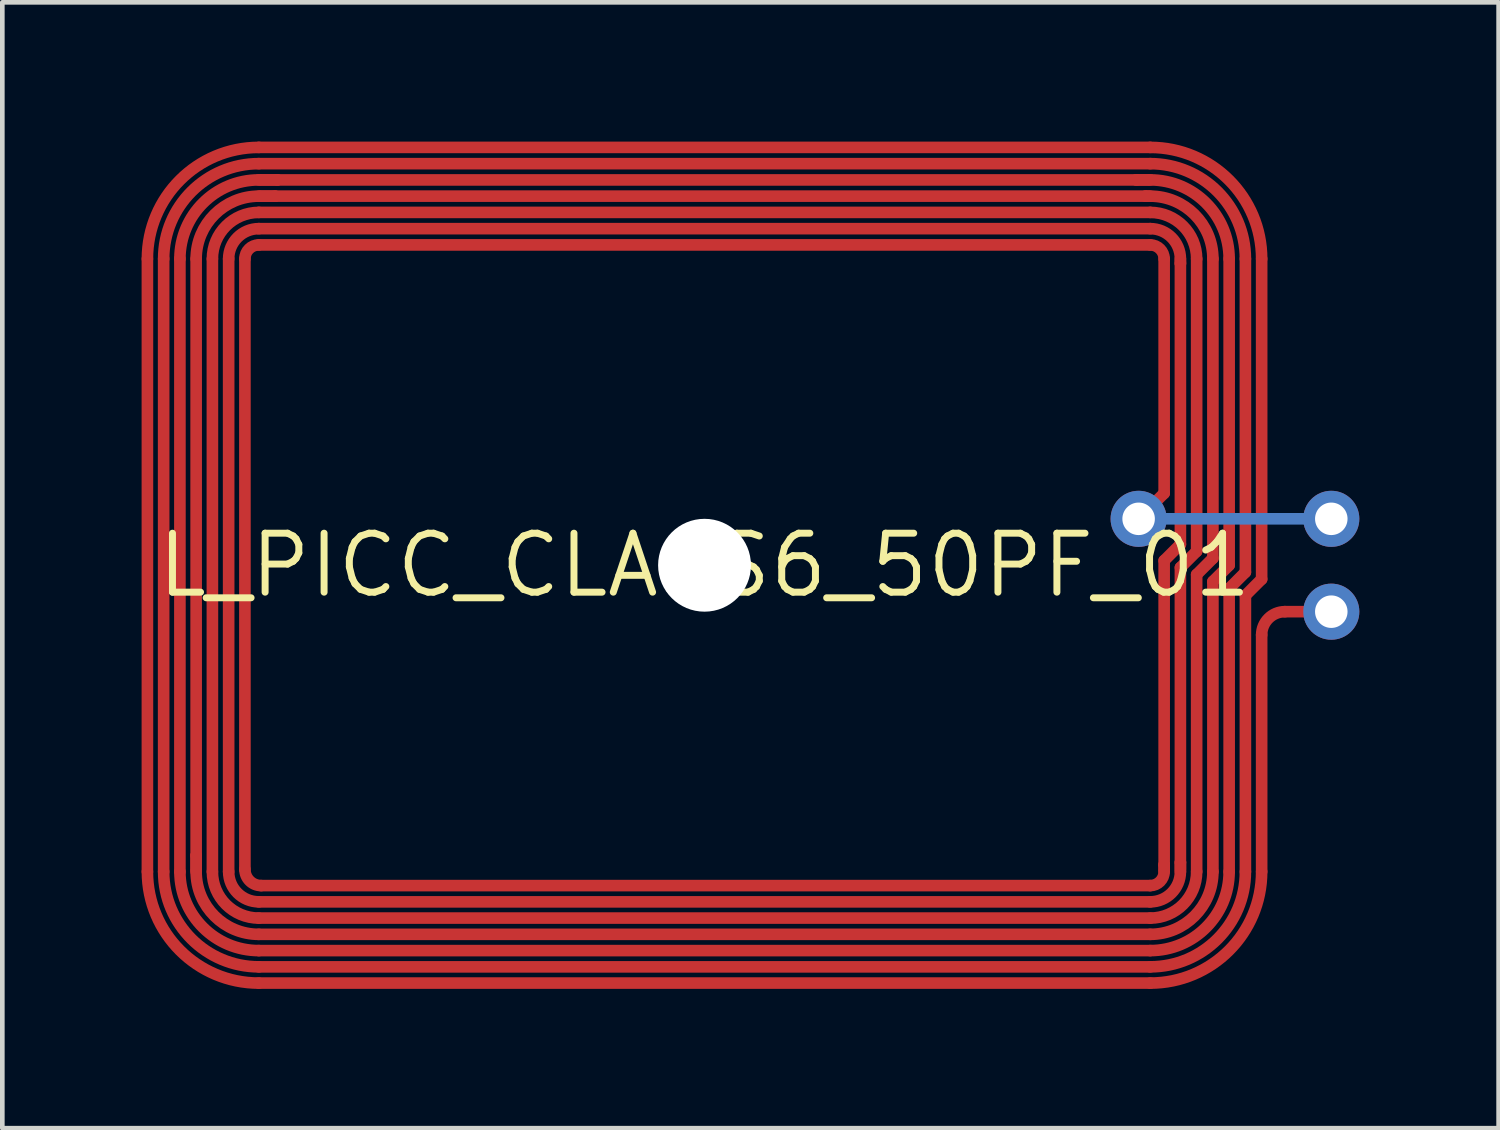
<source format=kicad_pcb>
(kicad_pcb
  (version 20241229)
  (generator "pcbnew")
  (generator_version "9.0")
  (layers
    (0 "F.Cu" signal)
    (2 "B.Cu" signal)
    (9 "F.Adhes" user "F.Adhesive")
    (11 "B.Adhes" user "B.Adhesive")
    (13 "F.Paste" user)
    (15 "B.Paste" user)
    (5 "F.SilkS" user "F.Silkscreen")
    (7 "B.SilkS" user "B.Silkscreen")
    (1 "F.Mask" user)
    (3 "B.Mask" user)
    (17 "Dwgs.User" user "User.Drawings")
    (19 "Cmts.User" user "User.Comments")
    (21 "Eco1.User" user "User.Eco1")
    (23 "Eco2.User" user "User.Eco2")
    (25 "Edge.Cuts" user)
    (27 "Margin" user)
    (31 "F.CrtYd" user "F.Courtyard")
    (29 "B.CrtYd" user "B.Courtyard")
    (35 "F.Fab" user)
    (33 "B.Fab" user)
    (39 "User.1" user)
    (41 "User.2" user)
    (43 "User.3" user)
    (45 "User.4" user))
  (footprint "L_PICC_CLASS6_50PF_01"
    (layer "F.Cu")
    (at 12.125 9.125)
    (property "Reference" "L_PICC_CLASS6_50PF_01" (at 0 0 0) (layer "F.SilkS") (effects (font (size 1.27 1.27) (thickness 0.15))))
    (fp_line (start -12 -6.6) (end -12 6.6) (stroke (width 0.25) (type solid)) (layer "F.Cu"))
    (fp_line (start -11.65 -6.6) (end -11.65 6.6) (stroke (width 0.25) (type solid)) (layer "F.Cu"))
    (fp_line (start -11.3 -6.6) (end -11.3 6.6) (stroke (width 0.25) (type solid)) (layer "F.Cu"))
    (fp_line (start -10.95 -6.6) (end -10.95 6.25) (stroke (width 0.25) (type solid)) (layer "F.Cu"))
    (fp_line (start -10.95 6.25) (end -10.95 6.55) (stroke (width 0.25) (type solid)) (layer "F.Cu"))
    (fp_line (start -10.95 6.6) (end -10.95 6.25) (stroke (width 0.25) (type solid)) (layer "F.Cu"))
    (fp_line (start -10.6 -6.6) (end -10.6 6.6) (stroke (width 0.25) (type solid)) (layer "F.Cu"))
    (fp_line (start -10.25 -6.6) (end -10.25 6.6) (stroke (width 0.25) (type solid)) (layer "F.Cu"))
    (fp_line (start -9.9 -6.6) (end -9.9 6.55) (stroke (width 0.25) (type solid)) (layer "F.Cu"))
    (fp_line (start -9.6 -9) (end 9.6 -9) (stroke (width 0.25) (type solid)) (layer "F.Cu"))
    (fp_line (start -9.6 -8.65) (end 9.6 -8.65) (stroke (width 0.25) (type solid)) (layer "F.Cu"))
    (fp_line (start -9.6 -8.3) (end -9.2 -8.3) (stroke (width 0.25) (type solid)) (layer "F.Cu"))
    (fp_line (start -9.6 -7.95) (end -9.25 -7.95) (stroke (width 0.25) (type solid)) (layer "F.Cu"))
    (fp_line (start -9.6 -7.6) (end 9.6 -7.6) (stroke (width 0.25) (type solid)) (layer "F.Cu"))
    (fp_line (start -9.6 -7.25) (end 9.6 -7.25) (stroke (width 0.25) (type solid)) (layer "F.Cu"))
    (fp_line (start -9.6 -6.9) (end 9.6 -6.9) (stroke (width 0.25) (type solid)) (layer "F.Cu"))
    (fp_line (start -9.6 7.25) (end 9.6 7.25) (stroke (width 0.25) (type solid)) (layer "F.Cu"))
    (fp_line (start -9.6 7.6) (end 9.6 7.6) (stroke (width 0.25) (type solid)) (layer "F.Cu"))
    (fp_line (start -9.6 7.95) (end 9.6 7.95) (stroke (width 0.25) (type solid)) (layer "F.Cu"))
    (fp_line (start -9.6 8.3) (end 9.6 8.3) (stroke (width 0.25) (type solid)) (layer "F.Cu"))
    (fp_line (start -9.6 8.65) (end 9.6 8.65) (stroke (width 0.25) (type solid)) (layer "F.Cu"))
    (fp_line (start -9.6 9) (end 9.6 9) (stroke (width 0.25) (type solid)) (layer "F.Cu"))
    (fp_line (start -9.55 -8.3) (end -9.2 -8.3) (stroke (width 0.25) (type solid)) (layer "F.Cu"))
    (fp_line (start -9.55 -7.95) (end -9.25 -7.95) (stroke (width 0.25) (type solid)) (layer "F.Cu"))
    (fp_line (start -9.55 6.9) (end 9.6 6.9) (stroke (width 0.25) (type solid)) (layer "F.Cu"))
    (fp_line (start -9.25 -7.95) (end 9.5 -7.95) (stroke (width 0.25) (type solid)) (layer "F.Cu"))
    (fp_line (start -9.2 -8.3) (end 9.3 -8.3) (stroke (width 0.25) (type solid)) (layer "F.Cu"))
    (fp_line (start 9.3 -8.3) (end 9.55 -8.3) (stroke (width 0.25) (type solid)) (layer "F.Cu"))
    (fp_line (start 9.5 -7.95) (end 9.55 -7.95) (stroke (width 0.25) (type solid)) (layer "F.Cu"))
    (fp_line (start 9.6 -8.3) (end 9.3 -8.3) (stroke (width 0.25) (type solid)) (layer "F.Cu"))
    (fp_line (start 9.6 -7.95) (end 9.5 -7.95) (stroke (width 0.25) (type solid)) (layer "F.Cu"))
    (fp_line (start 9.9 -6.6) (end 9.9 -1.55) (stroke (width 0.25) (type solid)) (layer "F.Cu"))
    (fp_line (start 9.9 -1.55) (end 9.35 -1) (stroke (width 0.25) (type solid)) (layer "F.Cu"))
    (fp_line (start 9.9 -0.1) (end 9.9 6.45) (stroke (width 0.25) (type solid)) (layer "F.Cu"))
    (fp_line (start 9.9 -0.1) (end 10.25 -0.45) (stroke (width 0.25) (type solid)) (layer "F.Cu"))
    (fp_line (start 9.9 6.45) (end 9.9 6.55) (stroke (width 0.25) (type solid)) (layer "F.Cu"))
    (fp_line (start 9.9 6.6) (end 9.9 6.45) (stroke (width 0.25) (type solid)) (layer "F.Cu"))
    (fp_line (start 10.25 -6.6) (end 10.25 -6.5) (stroke (width 0.25) (type solid)) (layer "F.Cu"))
    (fp_line (start 10.25 -6.55) (end 10.25 -6.5) (stroke (width 0.25) (type solid)) (layer "F.Cu"))
    (fp_line (start 10.25 -6.5) (end 10.25 -0.45) (stroke (width 0.25) (type solid)) (layer "F.Cu"))
    (fp_line (start 10.25 0.05) (end 10.25 6.4) (stroke (width 0.25) (type solid)) (layer "F.Cu"))
    (fp_line (start 10.25 0.05) (end 10.6 -0.3) (stroke (width 0.25) (type solid)) (layer "F.Cu"))
    (fp_line (start 10.25 6.4) (end 10.25 6.55) (stroke (width 0.25) (type solid)) (layer "F.Cu"))
    (fp_line (start 10.25 6.6) (end 10.25 6.4) (stroke (width 0.25) (type solid)) (layer "F.Cu"))
    (fp_line (start 10.6 -6.6) (end 10.6 -0.3) (stroke (width 0.25) (type solid)) (layer "F.Cu"))
    (fp_line (start 10.6 0.2) (end 10.6 6.6) (stroke (width 0.25) (type solid)) (layer "F.Cu"))
    (fp_line (start 10.6 0.2) (end 10.95 -0.15) (stroke (width 0.25) (type solid)) (layer "F.Cu"))
    (fp_line (start 10.95 -6.6) (end 10.95 -0.15) (stroke (width 0.25) (type solid)) (layer "F.Cu"))
    (fp_line (start 10.95 0.35) (end 10.95 6.6) (stroke (width 0.25) (type solid)) (layer "F.Cu"))
    (fp_line (start 10.95 0.35) (end 11.3 0) (stroke (width 0.25) (type solid)) (layer "F.Cu"))
    (fp_line (start 11.3 -6.6) (end 11.3 0) (stroke (width 0.25) (type solid)) (layer "F.Cu"))
    (fp_line (start 11.3 0.5) (end 11.3 6.6) (stroke (width 0.25) (type solid)) (layer "F.Cu"))
    (fp_line (start 11.3 0.5) (end 11.65 0.15) (stroke (width 0.25) (type solid)) (layer "F.Cu"))
    (fp_line (start 11.65 -6.6) (end 11.65 0.15) (stroke (width 0.25) (type solid)) (layer "F.Cu"))
    (fp_line (start 11.65 0.65) (end 11.65 6.6) (stroke (width 0.25) (type solid)) (layer "F.Cu"))
    (fp_line (start 11.65 0.65) (end 12 0.3) (stroke (width 0.25) (type solid)) (layer "F.Cu"))
    (fp_line (start 12 0.3) (end 12 -6.6) (stroke (width 0.25) (type solid)) (layer "F.Cu"))
    (fp_line (start 12 6.6) (end 12 1.5) (stroke (width 0.25) (type solid)) (layer "F.Cu"))
    (fp_line (start 12.5 1) (end 13.5 1) (stroke (width 0.25) (type solid)) (layer "F.Cu"))
    (fp_arc (start -12 -6.6) (mid -11.297056 -8.297056) (end -9.6 -9) (stroke (width 0.25) (type solid)) (layer "F.Cu"))
    (fp_arc (start -11.65 -6.6) (mid -11.049569 -8.049569) (end -9.6 -8.65) (stroke (width 0.25) (type solid)) (layer "F.Cu"))
    (fp_arc (start -11.3 -6.6) (mid -10.802082 -7.802082) (end -9.6 -8.3) (stroke (width 0.25) (type solid)) (layer "F.Cu"))
    (fp_arc (start -10.95 -6.6) (mid -10.554594 -7.554594) (end -9.6 -7.95) (stroke (width 0.25) (type solid)) (layer "F.Cu"))
    (fp_arc (start -10.6 -6.6) (mid -10.307107 -7.307107) (end -9.6 -7.6) (stroke (width 0.25) (type solid)) (layer "F.Cu"))
    (fp_arc (start -10.25 -6.6) (mid -10.059619 -7.059619) (end -9.6 -7.25) (stroke (width 0.25) (type solid)) (layer "F.Cu"))
    (fp_arc (start -9.9 -6.6) (mid -9.812132 -6.812132) (end -9.6 -6.9) (stroke (width 0.25) (type solid)) (layer "F.Cu"))
    (fp_arc (start -9.6 7.25) (mid -10.059619 7.059619) (end -10.25 6.6) (stroke (width 0.25) (type solid)) (layer "F.Cu"))
    (fp_arc (start -9.6 7.6) (mid -10.307107 7.307107) (end -10.6 6.6) (stroke (width 0.25) (type solid)) (layer "F.Cu"))
    (fp_arc (start -9.6 7.95) (mid -10.554594 7.554594) (end -10.95 6.6) (stroke (width 0.25) (type solid)) (layer "F.Cu"))
    (fp_arc (start -9.6 8.3) (mid -10.802082 7.802082) (end -11.3 6.6) (stroke (width 0.25) (type solid)) (layer "F.Cu"))
    (fp_arc (start -9.6 8.65) (mid -11.049569 8.049569) (end -11.65 6.6) (stroke (width 0.25) (type solid)) (layer "F.Cu"))
    (fp_arc (start -9.6 9) (mid -11.297056 8.297056) (end -12 6.6) (stroke (width 0.25) (type solid)) (layer "F.Cu"))
    (fp_arc (start -9.55 6.9) (mid -9.797487 6.797487) (end -9.9 6.55) (stroke (width 0.25) (type solid)) (layer "F.Cu"))
    (fp_arc (start 9.6 -9) (mid 11.297056 -8.297056) (end 12 -6.6) (stroke (width 0.25) (type solid)) (layer "F.Cu"))
    (fp_arc (start 9.6 -8.65) (mid 11.049569 -8.049569) (end 11.65 -6.6) (stroke (width 0.25) (type solid)) (layer "F.Cu"))
    (fp_arc (start 9.6 -8.3) (mid 10.802082 -7.802082) (end 11.3 -6.6) (stroke (width 0.25) (type solid)) (layer "F.Cu"))
    (fp_arc (start 9.6 -7.95) (mid 10.554594 -7.554594) (end 10.95 -6.6) (stroke (width 0.25) (type solid)) (layer "F.Cu"))
    (fp_arc (start 9.6 -7.6) (mid 10.307107 -7.307107) (end 10.6 -6.6) (stroke (width 0.25) (type solid)) (layer "F.Cu"))
    (fp_arc (start 9.6 -7.25) (mid 10.059619 -7.059619) (end 10.25 -6.6) (stroke (width 0.25) (type solid)) (layer "F.Cu"))
    (fp_arc (start 9.6 -6.9) (mid 9.812132 -6.812132) (end 9.9 -6.6) (stroke (width 0.25) (type solid)) (layer "F.Cu"))
    (fp_arc (start 9.9 6.6) (mid 9.812132 6.812132) (end 9.6 6.9) (stroke (width 0.25) (type solid)) (layer "F.Cu"))
    (fp_arc (start 10.25 6.6) (mid 10.059619 7.059619) (end 9.6 7.25) (stroke (width 0.25) (type solid)) (layer "F.Cu"))
    (fp_arc (start 10.6 6.6) (mid 10.307107 7.307107) (end 9.6 7.6) (stroke (width 0.25) (type solid)) (layer "F.Cu"))
    (fp_arc (start 10.95 6.6) (mid 10.554594 7.554594) (end 9.6 7.95) (stroke (width 0.25) (type solid)) (layer "F.Cu"))
    (fp_arc (start 11.3 6.6) (mid 10.802082 7.802082) (end 9.6 8.3) (stroke (width 0.25) (type solid)) (layer "F.Cu"))
    (fp_arc (start 11.65 6.6) (mid 11.049569 8.049569) (end 9.6 8.65) (stroke (width 0.25) (type solid)) (layer "F.Cu"))
    (fp_arc (start 12 1.5) (mid 12.146447 1.146447) (end 12.5 1) (stroke (width 0.25) (type solid)) (layer "F.Cu"))
    (fp_arc (start 12 6.6) (mid 11.297056 8.297056) (end 9.6 9) (stroke (width 0.25) (type solid)) (layer "F.Cu"))
    (fp_line (start -2.54 0) (end 2.54 0) (stroke (width 0.61) (type solid)) (layer "F.Mask"))
    (fp_line (start 0 -2.54) (end 0 2.54) (stroke (width 0.61) (type solid)) (layer "F.Mask"))
    (fp_line (start 9.35 -1) (end 13.5 -1) (stroke (width 0.25) (type solid)) (layer "B.Cu"))
    (fp_text user "CLASS 6 - 50 PF" (at -8.32 -3.5 0) (layer "F.Mask") (effects (font (size 1.636 1.636) (thickness 0.142)) (justify left bottom)))
    (fp_text user "# 01" (at -7.05 4.12 0) (layer "F.Mask") (effects (font (size 1.636 1.636) (thickness 0.142)) (justify left bottom)))
    (pad "" np_thru_hole circle (at 0 0) (size 2 2) (drill 2) (layers "*.Cu" "*.Mask"))
    (pad "P$1" thru_hole circle (at 13.5 -1) (size 1.208 1.208) (drill 0.7) (layers "*.Cu" "*.Mask"))
    (pad "P$2" thru_hole circle (at 13.5 1) (size 1.208 1.208) (drill 0.7) (layers "*.Cu" "*.Mask"))
    (pad "P$3" thru_hole circle (at 9.35 -1) (size 1.208 1.208) (drill 0.7) (layers "*.Cu" "*.Mask")))
  (gr_rect
    (start -3 -3)
    (end 29.229 21.25)
    (stroke (width 0.1) (type default))
    (fill no)
    (layer "Edge.Cuts")))
</source>
